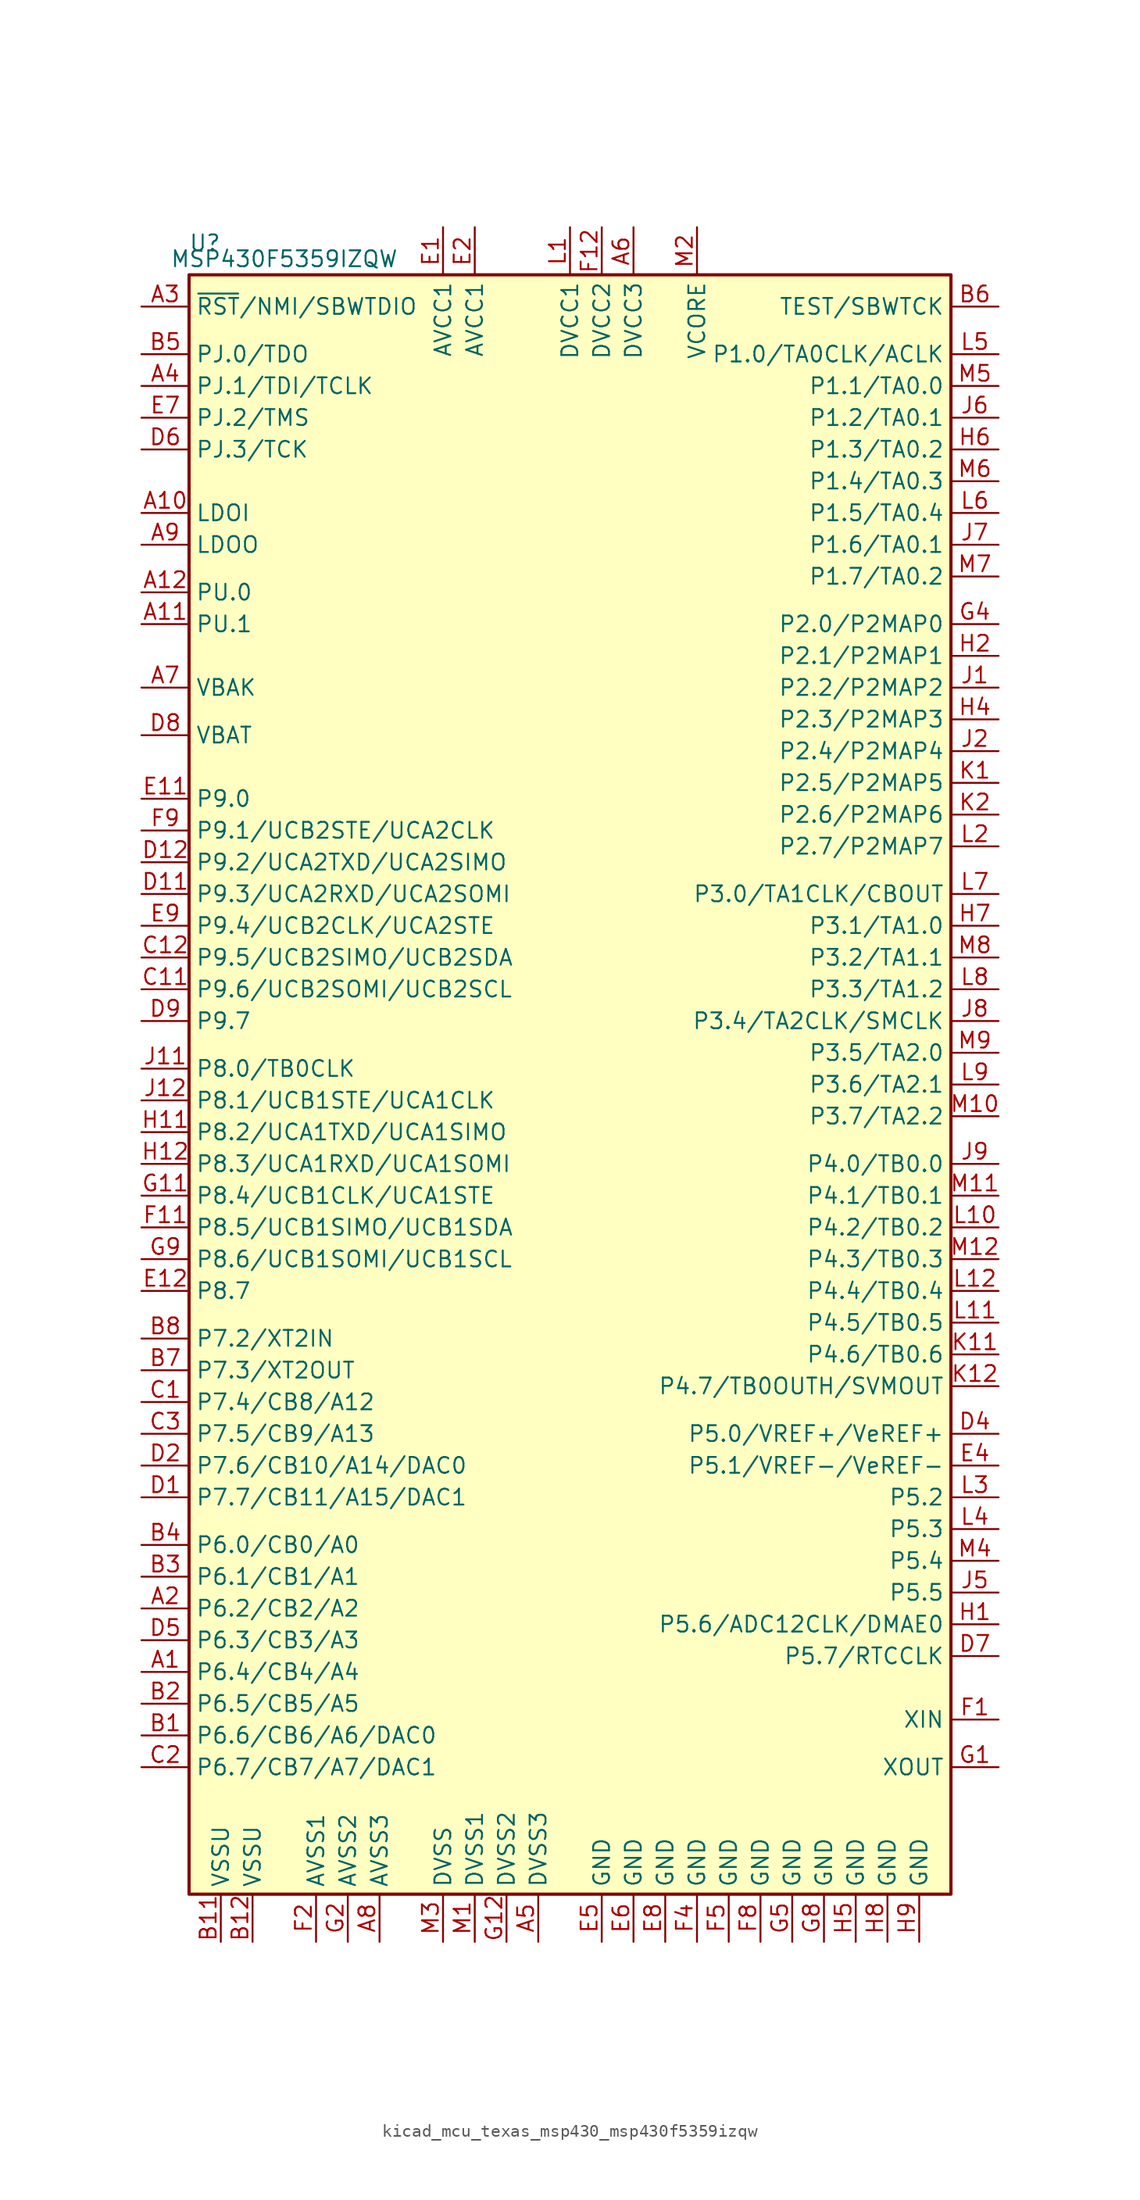
<source format=kicad_sym>
(kicad_symbol_lib
  (version 20220914)
  (generator kicad_symbol_editor)
  (symbol "kicad_mcu_texas_msp430_msp430f5359izqw"
    (property "Reference" "U"
      (at -29.21 68.58 0)
      (effects (font (size 1.27 1.27))))
    (property "Value" "MSP430F5359IZQW"
      (at -22.86 67.31 0)
      (effects (font (size 1.27 1.27))))
    (symbol "kicad_mcu_texas_msp430_msp430f5359izqw_0_1"
      (rectangle (start -30.48 66.04) (end 30.48 -63.5) (stroke (width 0.254) (type default)) (fill (type background))))
    (symbol "kicad_mcu_texas_msp430_msp430f5359izqw_1_1"
      (pin bidirectional line (at -34.29 -45.72 0) (length 3.81) (name "P6.4/CB4/A4" (effects (font (size 1.27 1.27)))) (number "A1" (effects (font (size 1.27 1.27)))))
      (pin bidirectional line (at -34.29 46.99 0) (length 3.81) (name "LDOI" (effects (font (size 1.27 1.27)))) (number "A10" (effects (font (size 1.27 1.27)))))
      (pin bidirectional line (at -34.29 38.1 0) (length 3.81) (name "PU.1" (effects (font (size 1.27 1.27)))) (number "A11" (effects (font (size 1.27 1.27)))))
      (pin bidirectional line (at -34.29 40.64 0) (length 3.81) (name "PU.0" (effects (font (size 1.27 1.27)))) (number "A12" (effects (font (size 1.27 1.27)))))
      (pin bidirectional line (at -34.29 -40.64 0) (length 3.81) (name "P6.2/CB2/A2" (effects (font (size 1.27 1.27)))) (number "A2" (effects (font (size 1.27 1.27)))))
      (pin input line (at -34.29 63.5 0) (length 3.81) (name "~{RST}/NMI/SBWTDIO" (effects (font (size 1.27 1.27)))) (number "A3" (effects (font (size 1.27 1.27)))))
      (pin bidirectional line (at -34.29 57.15 0) (length 3.81) (name "PJ.1/TDI/TCLK" (effects (font (size 1.27 1.27)))) (number "A4" (effects (font (size 1.27 1.27)))))
      (pin power_in line (at -2.54 -67.31 90) (length 3.81) (name "DVSS3" (effects (font (size 1.27 1.27)))) (number "A5" (effects (font (size 1.27 1.27)))))
      (pin power_in line (at 5.08 69.85 270) (length 3.81) (name "DVCC3" (effects (font (size 1.27 1.27)))) (number "A6" (effects (font (size 1.27 1.27)))))
      (pin bidirectional line (at -34.29 33.02 0) (length 3.81) (name "VBAK" (effects (font (size 1.27 1.27)))) (number "A7" (effects (font (size 1.27 1.27)))))
      (pin power_in line (at -15.24 -67.31 90) (length 3.81) (name "AVSS3" (effects (font (size 1.27 1.27)))) (number "A8" (effects (font (size 1.27 1.27)))))
      (pin bidirectional line (at -34.29 44.45 0) (length 3.81) (name "LDOO" (effects (font (size 1.27 1.27)))) (number "A9" (effects (font (size 1.27 1.27)))))
      (pin bidirectional line (at -34.29 -50.8 0) (length 3.81) (name "P6.6/CB6/A6/DAC0" (effects (font (size 1.27 1.27)))) (number "B1" (effects (font (size 1.27 1.27)))))
      (pin power_in line (at -27.94 -67.31 90) (length 3.81) (name "VSSU" (effects (font (size 1.27 1.27)))) (number "B11" (effects (font (size 1.27 1.27)))))
      (pin power_in line (at -25.4 -67.31 90) (length 3.81) (name "VSSU" (effects (font (size 1.27 1.27)))) (number "B12" (effects (font (size 1.27 1.27)))))
      (pin bidirectional line (at -34.29 -48.26 0) (length 3.81) (name "P6.5/CB5/A5" (effects (font (size 1.27 1.27)))) (number "B2" (effects (font (size 1.27 1.27)))))
      (pin bidirectional line (at -34.29 -38.1 0) (length 3.81) (name "P6.1/CB1/A1" (effects (font (size 1.27 1.27)))) (number "B3" (effects (font (size 1.27 1.27)))))
      (pin bidirectional line (at -34.29 -35.56 0) (length 3.81) (name "P6.0/CB0/A0" (effects (font (size 1.27 1.27)))) (number "B4" (effects (font (size 1.27 1.27)))))
      (pin bidirectional line (at -34.29 59.69 0) (length 3.81) (name "PJ.0/TDO" (effects (font (size 1.27 1.27)))) (number "B5" (effects (font (size 1.27 1.27)))))
      (pin input line (at 34.29 63.5 180) (length 3.81) (name "TEST/SBWTCK" (effects (font (size 1.27 1.27)))) (number "B6" (effects (font (size 1.27 1.27)))))
      (pin bidirectional line (at -34.29 -21.59 0) (length 3.81) (name "P7.3/XT2OUT" (effects (font (size 1.27 1.27)))) (number "B7" (effects (font (size 1.27 1.27)))))
      (pin bidirectional line (at -34.29 -19.05 0) (length 3.81) (name "P7.2/XT2IN" (effects (font (size 1.27 1.27)))) (number "B8" (effects (font (size 1.27 1.27)))))
      (pin bidirectional line (at -34.29 -24.13 0) (length 3.81) (name "P7.4/CB8/A12" (effects (font (size 1.27 1.27)))) (number "C1" (effects (font (size 1.27 1.27)))))
      (pin bidirectional line (at -34.29 8.89 0) (length 3.81) (name "P9.6/UCB2SOMI/UCB2SCL" (effects (font (size 1.27 1.27)))) (number "C11" (effects (font (size 1.27 1.27)))))
      (pin bidirectional line (at -34.29 11.43 0) (length 3.81) (name "P9.5/UCB2SIMO/UCB2SDA" (effects (font (size 1.27 1.27)))) (number "C12" (effects (font (size 1.27 1.27)))))
      (pin bidirectional line (at -34.29 -53.34 0) (length 3.81) (name "P6.7/CB7/A7/DAC1" (effects (font (size 1.27 1.27)))) (number "C2" (effects (font (size 1.27 1.27)))))
      (pin bidirectional line (at -34.29 -26.67 0) (length 3.81) (name "P7.5/CB9/A13" (effects (font (size 1.27 1.27)))) (number "C3" (effects (font (size 1.27 1.27)))))
      (pin bidirectional line (at -34.29 -31.75 0) (length 3.81) (name "P7.7/CB11/A15/DAC1" (effects (font (size 1.27 1.27)))) (number "D1" (effects (font (size 1.27 1.27)))))
      (pin bidirectional line (at -34.29 16.51 0) (length 3.81) (name "P9.3/UCA2RXD/UCA2SOMI" (effects (font (size 1.27 1.27)))) (number "D11" (effects (font (size 1.27 1.27)))))
      (pin bidirectional line (at -34.29 19.05 0) (length 3.81) (name "P9.2/UCA2TXD/UCA2SIMO" (effects (font (size 1.27 1.27)))) (number "D12" (effects (font (size 1.27 1.27)))))
      (pin bidirectional line (at -34.29 -29.21 0) (length 3.81) (name "P7.6/CB10/A14/DAC0" (effects (font (size 1.27 1.27)))) (number "D2" (effects (font (size 1.27 1.27)))))
      (pin bidirectional line (at 34.29 -26.67 180) (length 3.81) (name "P5.0/VREF+/VeREF+" (effects (font (size 1.27 1.27)))) (number "D4" (effects (font (size 1.27 1.27)))))
      (pin bidirectional line (at -34.29 -43.18 0) (length 3.81) (name "P6.3/CB3/A3" (effects (font (size 1.27 1.27)))) (number "D5" (effects (font (size 1.27 1.27)))))
      (pin bidirectional line (at -34.29 52.07 0) (length 3.81) (name "PJ.3/TCK" (effects (font (size 1.27 1.27)))) (number "D6" (effects (font (size 1.27 1.27)))))
      (pin bidirectional line (at 34.29 -44.45 180) (length 3.81) (name "P5.7/RTCCLK" (effects (font (size 1.27 1.27)))) (number "D7" (effects (font (size 1.27 1.27)))))
      (pin bidirectional line (at -34.29 29.21 0) (length 3.81) (name "VBAT" (effects (font (size 1.27 1.27)))) (number "D8" (effects (font (size 1.27 1.27)))))
      (pin bidirectional line (at -34.29 6.35 0) (length 3.81) (name "P9.7" (effects (font (size 1.27 1.27)))) (number "D9" (effects (font (size 1.27 1.27)))))
      (pin power_in line (at -10.16 69.85 270) (length 3.81) (name "AVCC1" (effects (font (size 1.27 1.27)))) (number "E1" (effects (font (size 1.27 1.27)))))
      (pin bidirectional line (at -34.29 24.13 0) (length 3.81) (name "P9.0" (effects (font (size 1.27 1.27)))) (number "E11" (effects (font (size 1.27 1.27)))))
      (pin bidirectional line (at -34.29 -15.24 0) (length 3.81) (name "P8.7" (effects (font (size 1.27 1.27)))) (number "E12" (effects (font (size 1.27 1.27)))))
      (pin power_in line (at -7.62 69.85 270) (length 3.81) (name "AVCC1" (effects (font (size 1.27 1.27)))) (number "E2" (effects (font (size 1.27 1.27)))))
      (pin bidirectional line (at 34.29 -29.21 180) (length 3.81) (name "P5.1/VREF-/VeREF-" (effects (font (size 1.27 1.27)))) (number "E4" (effects (font (size 1.27 1.27)))))
      (pin power_in line (at 2.54 -67.31 90) (length 3.81) (name "GND" (effects (font (size 1.27 1.27)))) (number "E5" (effects (font (size 1.27 1.27)))))
      (pin power_in line (at 5.08 -67.31 90) (length 3.81) (name "GND" (effects (font (size 1.27 1.27)))) (number "E6" (effects (font (size 1.27 1.27)))))
      (pin bidirectional line (at -34.29 54.61 0) (length 3.81) (name "PJ.2/TMS" (effects (font (size 1.27 1.27)))) (number "E7" (effects (font (size 1.27 1.27)))))
      (pin power_in line (at 7.62 -67.31 90) (length 3.81) (name "GND" (effects (font (size 1.27 1.27)))) (number "E8" (effects (font (size 1.27 1.27)))))
      (pin bidirectional line (at -34.29 13.97 0) (length 3.81) (name "P9.4/UCB2CLK/UCA2STE" (effects (font (size 1.27 1.27)))) (number "E9" (effects (font (size 1.27 1.27)))))
      (pin bidirectional line (at 34.29 -49.53 180) (length 3.81) (name "XIN" (effects (font (size 1.27 1.27)))) (number "F1" (effects (font (size 1.27 1.27)))))
      (pin bidirectional line (at -34.29 -10.16 0) (length 3.81) (name "P8.5/UCB1SIMO/UCB1SDA" (effects (font (size 1.27 1.27)))) (number "F11" (effects (font (size 1.27 1.27)))))
      (pin power_in line (at 2.54 69.85 270) (length 3.81) (name "DVCC2" (effects (font (size 1.27 1.27)))) (number "F12" (effects (font (size 1.27 1.27)))))
      (pin power_in line (at -20.32 -67.31 90) (length 3.81) (name "AVSS1" (effects (font (size 1.27 1.27)))) (number "F2" (effects (font (size 1.27 1.27)))))
      (pin power_in line (at 10.16 -67.31 90) (length 3.81) (name "GND" (effects (font (size 1.27 1.27)))) (number "F4" (effects (font (size 1.27 1.27)))))
      (pin power_in line (at 12.7 -67.31 90) (length 3.81) (name "GND" (effects (font (size 1.27 1.27)))) (number "F5" (effects (font (size 1.27 1.27)))))
      (pin power_in line (at 15.24 -67.31 90) (length 3.81) (name "GND" (effects (font (size 1.27 1.27)))) (number "F8" (effects (font (size 1.27 1.27)))))
      (pin bidirectional line (at -34.29 21.59 0) (length 3.81) (name "P9.1/UCB2STE/UCA2CLK" (effects (font (size 1.27 1.27)))) (number "F9" (effects (font (size 1.27 1.27)))))
      (pin bidirectional line (at 34.29 -53.34 180) (length 3.81) (name "XOUT" (effects (font (size 1.27 1.27)))) (number "G1" (effects (font (size 1.27 1.27)))))
      (pin bidirectional line (at -34.29 -7.62 0) (length 3.81) (name "P8.4/UCB1CLK/UCA1STE" (effects (font (size 1.27 1.27)))) (number "G11" (effects (font (size 1.27 1.27)))))
      (pin power_in line (at -5.08 -67.31 90) (length 3.81) (name "DVSS2" (effects (font (size 1.27 1.27)))) (number "G12" (effects (font (size 1.27 1.27)))))
      (pin power_in line (at -17.78 -67.31 90) (length 3.81) (name "AVSS2" (effects (font (size 1.27 1.27)))) (number "G2" (effects (font (size 1.27 1.27)))))
      (pin bidirectional line (at 34.29 38.1 180) (length 3.81) (name "P2.0/P2MAP0" (effects (font (size 1.27 1.27)))) (number "G4" (effects (font (size 1.27 1.27)))))
      (pin power_in line (at 17.78 -67.31 90) (length 3.81) (name "GND" (effects (font (size 1.27 1.27)))) (number "G5" (effects (font (size 1.27 1.27)))))
      (pin power_in line (at 20.32 -67.31 90) (length 3.81) (name "GND" (effects (font (size 1.27 1.27)))) (number "G8" (effects (font (size 1.27 1.27)))))
      (pin bidirectional line (at -34.29 -12.7 0) (length 3.81) (name "P8.6/UCB1SOMI/UCB1SCL" (effects (font (size 1.27 1.27)))) (number "G9" (effects (font (size 1.27 1.27)))))
      (pin bidirectional line (at 34.29 -41.91 180) (length 3.81) (name "P5.6/ADC12CLK/DMAE0" (effects (font (size 1.27 1.27)))) (number "H1" (effects (font (size 1.27 1.27)))))
      (pin bidirectional line (at -34.29 -2.54 0) (length 3.81) (name "P8.2/UCA1TXD/UCA1SIMO" (effects (font (size 1.27 1.27)))) (number "H11" (effects (font (size 1.27 1.27)))))
      (pin bidirectional line (at -34.29 -5.08 0) (length 3.81) (name "P8.3/UCA1RXD/UCA1SOMI" (effects (font (size 1.27 1.27)))) (number "H12" (effects (font (size 1.27 1.27)))))
      (pin bidirectional line (at 34.29 35.56 180) (length 3.81) (name "P2.1/P2MAP1" (effects (font (size 1.27 1.27)))) (number "H2" (effects (font (size 1.27 1.27)))))
      (pin bidirectional line (at 34.29 30.48 180) (length 3.81) (name "P2.3/P2MAP3" (effects (font (size 1.27 1.27)))) (number "H4" (effects (font (size 1.27 1.27)))))
      (pin power_in line (at 22.86 -67.31 90) (length 3.81) (name "GND" (effects (font (size 1.27 1.27)))) (number "H5" (effects (font (size 1.27 1.27)))))
      (pin bidirectional line (at 34.29 52.07 180) (length 3.81) (name "P1.3/TA0.2" (effects (font (size 1.27 1.27)))) (number "H6" (effects (font (size 1.27 1.27)))))
      (pin bidirectional line (at 34.29 13.97 180) (length 3.81) (name "P3.1/TA1.0" (effects (font (size 1.27 1.27)))) (number "H7" (effects (font (size 1.27 1.27)))))
      (pin power_in line (at 25.4 -67.31 90) (length 3.81) (name "GND" (effects (font (size 1.27 1.27)))) (number "H8" (effects (font (size 1.27 1.27)))))
      (pin power_in line (at 27.94 -67.31 90) (length 3.81) (name "GND" (effects (font (size 1.27 1.27)))) (number "H9" (effects (font (size 1.27 1.27)))))
      (pin bidirectional line (at 34.29 33.02 180) (length 3.81) (name "P2.2/P2MAP2" (effects (font (size 1.27 1.27)))) (number "J1" (effects (font (size 1.27 1.27)))))
      (pin bidirectional line (at -34.29 2.54 0) (length 3.81) (name "P8.0/TB0CLK" (effects (font (size 1.27 1.27)))) (number "J11" (effects (font (size 1.27 1.27)))))
      (pin bidirectional line (at -34.29 0 0) (length 3.81) (name "P8.1/UCB1STE/UCA1CLK" (effects (font (size 1.27 1.27)))) (number "J12" (effects (font (size 1.27 1.27)))))
      (pin bidirectional line (at 34.29 27.94 180) (length 3.81) (name "P2.4/P2MAP4" (effects (font (size 1.27 1.27)))) (number "J2" (effects (font (size 1.27 1.27)))))
      (pin bidirectional line (at 34.29 -39.37 180) (length 3.81) (name "P5.5" (effects (font (size 1.27 1.27)))) (number "J5" (effects (font (size 1.27 1.27)))))
      (pin bidirectional line (at 34.29 54.61 180) (length 3.81) (name "P1.2/TA0.1" (effects (font (size 1.27 1.27)))) (number "J6" (effects (font (size 1.27 1.27)))))
      (pin bidirectional line (at 34.29 44.45 180) (length 3.81) (name "P1.6/TA0.1" (effects (font (size 1.27 1.27)))) (number "J7" (effects (font (size 1.27 1.27)))))
      (pin bidirectional line (at 34.29 6.35 180) (length 3.81) (name "P3.4/TA2CLK/SMCLK" (effects (font (size 1.27 1.27)))) (number "J8" (effects (font (size 1.27 1.27)))))
      (pin bidirectional line (at 34.29 -5.08 180) (length 3.81) (name "P4.0/TB0.0" (effects (font (size 1.27 1.27)))) (number "J9" (effects (font (size 1.27 1.27)))))
      (pin bidirectional line (at 34.29 25.4 180) (length 3.81) (name "P2.5/P2MAP5" (effects (font (size 1.27 1.27)))) (number "K1" (effects (font (size 1.27 1.27)))))
      (pin bidirectional line (at 34.29 -20.32 180) (length 3.81) (name "P4.6/TB0.6" (effects (font (size 1.27 1.27)))) (number "K11" (effects (font (size 1.27 1.27)))))
      (pin bidirectional line (at 34.29 -22.86 180) (length 3.81) (name "P4.7/TB0OUTH/SVMOUT" (effects (font (size 1.27 1.27)))) (number "K12" (effects (font (size 1.27 1.27)))))
      (pin bidirectional line (at 34.29 22.86 180) (length 3.81) (name "P2.6/P2MAP6" (effects (font (size 1.27 1.27)))) (number "K2" (effects (font (size 1.27 1.27)))))
      (pin power_in line (at 0 69.85 270) (length 3.81) (name "DVCC1" (effects (font (size 1.27 1.27)))) (number "L1" (effects (font (size 1.27 1.27)))))
      (pin bidirectional line (at 34.29 -10.16 180) (length 3.81) (name "P4.2/TB0.2" (effects (font (size 1.27 1.27)))) (number "L10" (effects (font (size 1.27 1.27)))))
      (pin bidirectional line (at 34.29 -17.78 180) (length 3.81) (name "P4.5/TB0.5" (effects (font (size 1.27 1.27)))) (number "L11" (effects (font (size 1.27 1.27)))))
      (pin bidirectional line (at 34.29 -15.24 180) (length 3.81) (name "P4.4/TB0.4" (effects (font (size 1.27 1.27)))) (number "L12" (effects (font (size 1.27 1.27)))))
      (pin bidirectional line (at 34.29 20.32 180) (length 3.81) (name "P2.7/P2MAP7" (effects (font (size 1.27 1.27)))) (number "L2" (effects (font (size 1.27 1.27)))))
      (pin bidirectional line (at 34.29 -31.75 180) (length 3.81) (name "P5.2" (effects (font (size 1.27 1.27)))) (number "L3" (effects (font (size 1.27 1.27)))))
      (pin bidirectional line (at 34.29 -34.29 180) (length 3.81) (name "P5.3" (effects (font (size 1.27 1.27)))) (number "L4" (effects (font (size 1.27 1.27)))))
      (pin bidirectional line (at 34.29 59.69 180) (length 3.81) (name "P1.0/TA0CLK/ACLK" (effects (font (size 1.27 1.27)))) (number "L5" (effects (font (size 1.27 1.27)))))
      (pin bidirectional line (at 34.29 46.99 180) (length 3.81) (name "P1.5/TA0.4" (effects (font (size 1.27 1.27)))) (number "L6" (effects (font (size 1.27 1.27)))))
      (pin bidirectional line (at 34.29 16.51 180) (length 3.81) (name "P3.0/TA1CLK/CBOUT" (effects (font (size 1.27 1.27)))) (number "L7" (effects (font (size 1.27 1.27)))))
      (pin bidirectional line (at 34.29 8.89 180) (length 3.81) (name "P3.3/TA1.2" (effects (font (size 1.27 1.27)))) (number "L8" (effects (font (size 1.27 1.27)))))
      (pin bidirectional line (at 34.29 1.27 180) (length 3.81) (name "P3.6/TA2.1" (effects (font (size 1.27 1.27)))) (number "L9" (effects (font (size 1.27 1.27)))))
      (pin power_in line (at -7.62 -67.31 90) (length 3.81) (name "DVSS1" (effects (font (size 1.27 1.27)))) (number "M1" (effects (font (size 1.27 1.27)))))
      (pin bidirectional line (at 34.29 -1.27 180) (length 3.81) (name "P3.7/TA2.2" (effects (font (size 1.27 1.27)))) (number "M10" (effects (font (size 1.27 1.27)))))
      (pin bidirectional line (at 34.29 -7.62 180) (length 3.81) (name "P4.1/TB0.1" (effects (font (size 1.27 1.27)))) (number "M11" (effects (font (size 1.27 1.27)))))
      (pin bidirectional line (at 34.29 -12.7 180) (length 3.81) (name "P4.3/TB0.3" (effects (font (size 1.27 1.27)))) (number "M12" (effects (font (size 1.27 1.27)))))
      (pin bidirectional line (at 10.16 69.85 270) (length 3.81) (name "VCORE" (effects (font (size 1.27 1.27)))) (number "M2" (effects (font (size 1.27 1.27)))))
      (pin power_in line (at -10.16 -67.31 90) (length 3.81) (name "DVSS" (effects (font (size 1.27 1.27)))) (number "M3" (effects (font (size 1.27 1.27)))))
      (pin bidirectional line (at 34.29 -36.83 180) (length 3.81) (name "P5.4" (effects (font (size 1.27 1.27)))) (number "M4" (effects (font (size 1.27 1.27)))))
      (pin bidirectional line (at 34.29 57.15 180) (length 3.81) (name "P1.1/TA0.0" (effects (font (size 1.27 1.27)))) (number "M5" (effects (font (size 1.27 1.27)))))
      (pin bidirectional line (at 34.29 49.53 180) (length 3.81) (name "P1.4/TA0.3" (effects (font (size 1.27 1.27)))) (number "M6" (effects (font (size 1.27 1.27)))))
      (pin bidirectional line (at 34.29 41.91 180) (length 3.81) (name "P1.7/TA0.2" (effects (font (size 1.27 1.27)))) (number "M7" (effects (font (size 1.27 1.27)))))
      (pin bidirectional line (at 34.29 11.43 180) (length 3.81) (name "P3.2/TA1.1" (effects (font (size 1.27 1.27)))) (number "M8" (effects (font (size 1.27 1.27)))))
      (pin bidirectional line (at 34.29 3.81 180) (length 3.81) (name "P3.5/TA2.0" (effects (font (size 1.27 1.27)))) (number "M9" (effects (font (size 1.27 1.27))))))))
</source>
